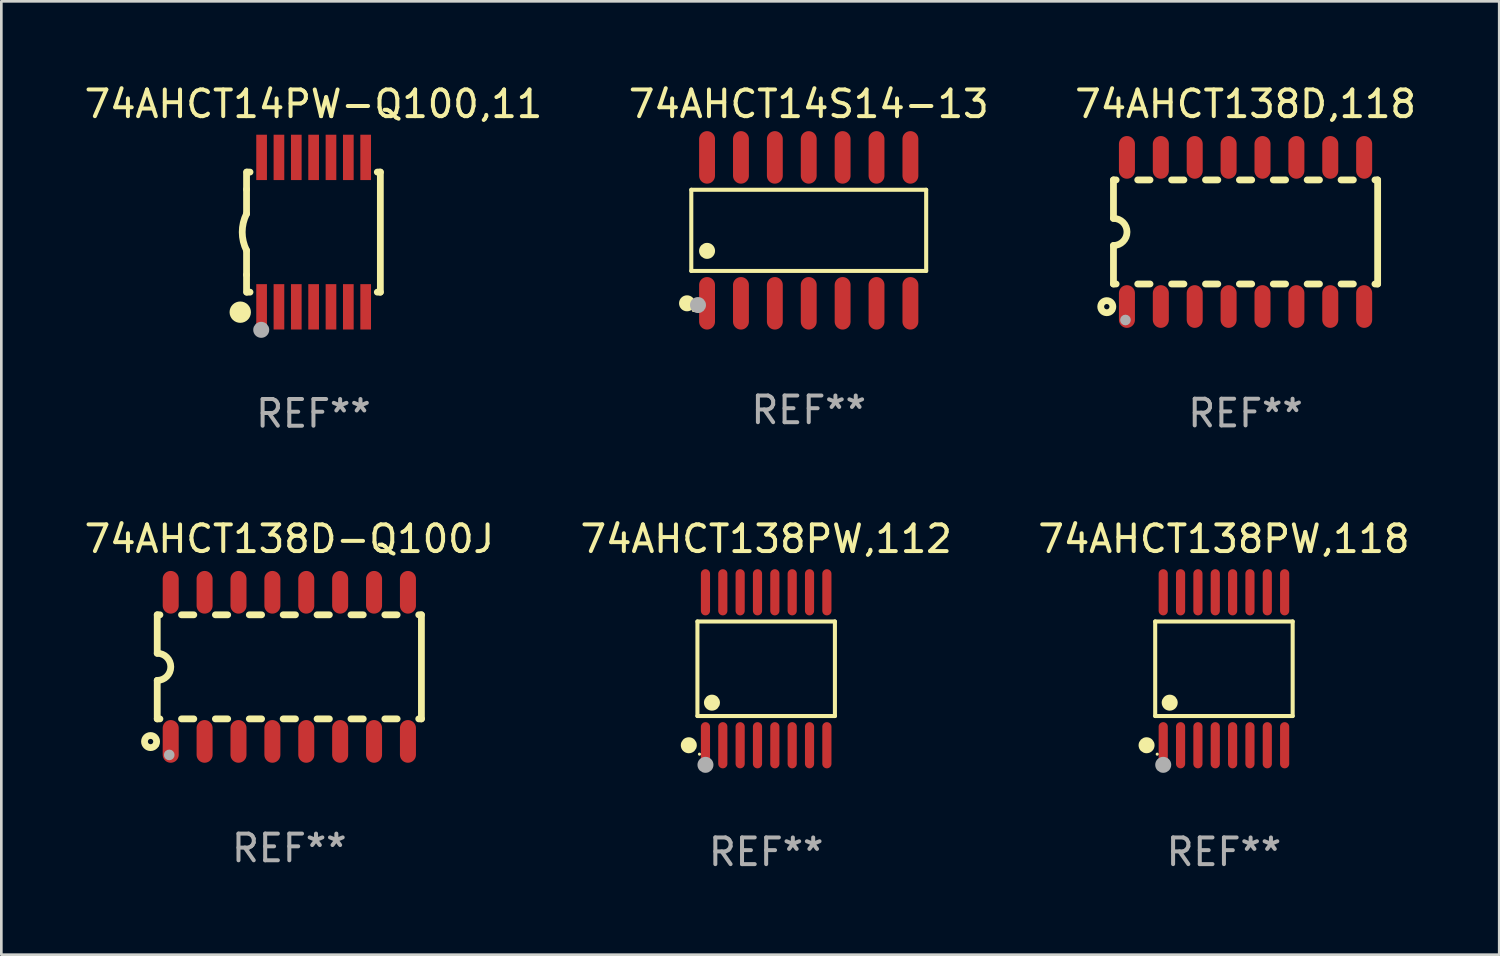
<source format=kicad_pcb>
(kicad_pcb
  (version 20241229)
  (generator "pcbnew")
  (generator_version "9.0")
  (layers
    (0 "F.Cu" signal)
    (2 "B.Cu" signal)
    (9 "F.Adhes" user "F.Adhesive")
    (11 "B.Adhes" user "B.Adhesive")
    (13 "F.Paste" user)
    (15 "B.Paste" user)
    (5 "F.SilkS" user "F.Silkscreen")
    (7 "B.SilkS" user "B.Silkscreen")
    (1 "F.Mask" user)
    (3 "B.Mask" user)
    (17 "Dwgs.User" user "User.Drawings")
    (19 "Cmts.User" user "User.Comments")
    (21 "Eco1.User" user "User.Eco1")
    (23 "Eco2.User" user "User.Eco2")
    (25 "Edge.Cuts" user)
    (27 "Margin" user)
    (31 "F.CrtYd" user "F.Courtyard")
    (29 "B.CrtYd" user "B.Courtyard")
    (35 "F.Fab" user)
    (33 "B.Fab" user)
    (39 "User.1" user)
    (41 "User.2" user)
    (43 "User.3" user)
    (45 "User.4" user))
  (footprint "74AHCT138D,118"
    (layer "F.Cu")
    (at 43.625 5.642)
    (property "Reference" "74AHCT138D,118" (at 0 -4.794 0) (layer "F.SilkS") (effects (font (size 1 1) (thickness 0.15))))
    (attr through_hole)
    (fp_line (start -4.95 -1.95) (end -4.95 -0.508) (stroke (width 0.254) (type solid)) (layer "F.SilkS"))
    (fp_line (start -4.95 -1.95) (end -4.849 -1.95) (stroke (width 0.254) (type solid)) (layer "F.SilkS"))
    (fp_line (start -4.95 1.95) (end -4.95 0.508) (stroke (width 0.254) (type solid)) (layer "F.SilkS"))
    (fp_line (start -4.95 1.95) (end -4.849 1.95) (stroke (width 0.254) (type solid)) (layer "F.SilkS"))
    (fp_line (start -4.041 -1.95) (end -3.579 -1.95) (stroke (width 0.254) (type solid)) (layer "F.SilkS"))
    (fp_line (start -4.041 1.95) (end -3.579 1.95) (stroke (width 0.254) (type solid)) (layer "F.SilkS"))
    (fp_line (start -2.771 -1.95) (end -2.309 -1.95) (stroke (width 0.254) (type solid)) (layer "F.SilkS"))
    (fp_line (start -2.771 1.95) (end -2.309 1.95) (stroke (width 0.254) (type solid)) (layer "F.SilkS"))
    (fp_line (start -1.501 -1.95) (end -1.039 -1.95) (stroke (width 0.254) (type solid)) (layer "F.SilkS"))
    (fp_line (start -1.501 1.95) (end -1.039 1.95) (stroke (width 0.254) (type solid)) (layer "F.SilkS"))
    (fp_line (start -0.231 -1.95) (end 0.231 -1.95) (stroke (width 0.254) (type solid)) (layer "F.SilkS"))
    (fp_line (start -0.231 1.95) (end 0.231 1.95) (stroke (width 0.254) (type solid)) (layer "F.SilkS"))
    (fp_line (start 1.039 -1.95) (end 1.501 -1.95) (stroke (width 0.254) (type solid)) (layer "F.SilkS"))
    (fp_line (start 1.039 1.95) (end 1.501 1.95) (stroke (width 0.254) (type solid)) (layer "F.SilkS"))
    (fp_line (start 2.309 -1.95) (end 2.771 -1.95) (stroke (width 0.254) (type solid)) (layer "F.SilkS"))
    (fp_line (start 2.309 1.95) (end 2.771 1.95) (stroke (width 0.254) (type solid)) (layer "F.SilkS"))
    (fp_line (start 3.579 -1.95) (end 4.041 -1.95) (stroke (width 0.254) (type solid)) (layer "F.SilkS"))
    (fp_line (start 3.579 1.95) (end 4.041 1.95) (stroke (width 0.254) (type solid)) (layer "F.SilkS"))
    (fp_line (start 4.849 -1.95) (end 4.95 -1.95) (stroke (width 0.254) (type solid)) (layer "F.SilkS"))
    (fp_line (start 4.849 1.95) (end 4.95 1.95) (stroke (width 0.254) (type solid)) (layer "F.SilkS"))
    (fp_line (start 4.95 -1.95) (end 4.95 1.95) (stroke (width 0.254) (type solid)) (layer "F.SilkS"))
    (fp_arc (start -4.95047 -0.508001) (mid -4.442469 -0.000228) (end -4.950013 0.508001) (stroke (width 0.254001) (type solid)) (layer "F.SilkS"))
    (fp_circle (center -5.2 2.8) (end -5.1 2.8) (stroke (width 0.254) (type solid)) (fill no) (layer "F.SilkS"))
    (fp_circle (center -4.95 2.947) (end -4.92 2.947) (stroke (width 0.06) (type solid)) (fill no) (layer "F.SilkS"))
    (fp_circle (center -4.5 3.3) (end -4.4 3.3) (stroke (width 0.2) (type solid)) (fill no) (layer "F.Fab"))
    (fp_text user "REF**" (at 0 6.794 0) (layer "F.Fab") (effects (font (size 1 1) (thickness 0.15))))
    (pad "1" smd oval (at -4.445 2.794) (size 0.6 1.6) (layers "F.Cu" "F.Mask" "F.Paste"))
    (pad "2" smd oval (at -3.175 2.794) (size 0.6 1.6) (layers "F.Cu" "F.Mask" "F.Paste"))
    (pad "3" smd oval (at -1.905 2.794) (size 0.6 1.6) (layers "F.Cu" "F.Mask" "F.Paste"))
    (pad "4" smd oval (at -0.635 2.794) (size 0.6 1.6) (layers "F.Cu" "F.Mask" "F.Paste"))
    (pad "5" smd oval (at 0.635 2.794) (size 0.6 1.6) (layers "F.Cu" "F.Mask" "F.Paste"))
    (pad "6" smd oval (at 1.905 2.794) (size 0.6 1.6) (layers "F.Cu" "F.Mask" "F.Paste"))
    (pad "7" smd oval (at 3.175 2.794) (size 0.6 1.6) (layers "F.Cu" "F.Mask" "F.Paste"))
    (pad "8" smd oval (at 4.445 2.794) (size 0.6 1.6) (layers "F.Cu" "F.Mask" "F.Paste"))
    (pad "9" smd oval (at 4.445 -2.794) (size 0.6 1.6) (layers "F.Cu" "F.Mask" "F.Paste"))
    (pad "10" smd oval (at 3.175 -2.794) (size 0.6 1.6) (layers "F.Cu" "F.Mask" "F.Paste"))
    (pad "11" smd oval (at 1.905 -2.794) (size 0.6 1.6) (layers "F.Cu" "F.Mask" "F.Paste"))
    (pad "12" smd oval (at 0.635 -2.794) (size 0.6 1.6) (layers "F.Cu" "F.Mask" "F.Paste"))
    (pad "13" smd oval (at -0.635 -2.794) (size 0.6 1.6) (layers "F.Cu" "F.Mask" "F.Paste"))
    (pad "14" smd oval (at -1.905 -2.794) (size 0.6 1.6) (layers "F.Cu" "F.Mask" "F.Paste"))
    (pad "15" smd oval (at -3.175 -2.794) (size 0.6 1.6) (layers "F.Cu" "F.Mask" "F.Paste"))
    (pad "16" smd oval (at -4.445 -2.794) (size 0.6 1.6) (layers "F.Cu" "F.Mask" "F.Paste")))
  (footprint "74AHCT138PW,118"
    (layer "F.Cu")
    (at 42.815 22.011)
    (property "Reference" "74AHCT138PW,118" (at 0 -4.866 0) (layer "F.SilkS") (effects (font (size 1 1) (thickness 0.15))))
    (attr through_hole)
    (fp_line (start -2.576 -1.772) (end 2.576 -1.772) (stroke (width 0.152) (type solid)) (layer "F.SilkS"))
    (fp_line (start -2.576 1.771) (end -2.576 -1.772) (stroke (width 0.152) (type solid)) (layer "F.SilkS"))
    (fp_line (start 2.576 -1.772) (end 2.576 1.771) (stroke (width 0.152) (type solid)) (layer "F.SilkS"))
    (fp_line (start 2.576 1.771) (end -2.576 1.771) (stroke (width 0.152) (type solid)) (layer "F.SilkS"))
    (fp_circle (center -2.899 2.866) (end -2.749 2.866) (stroke (width 0.3) (type solid)) (fill no) (layer "F.SilkS"))
    (fp_circle (center -2.5 3.2) (end -2.47 3.2) (stroke (width 0.06) (type solid)) (fill no) (layer "F.SilkS"))
    (fp_circle (center -2.032 1.27) (end -1.882 1.27) (stroke (width 0.3) (type solid)) (fill no) (layer "F.SilkS"))
    (fp_circle (center -2.275 3.6) (end -2.125 3.6) (stroke (width 0.3) (type solid)) (fill no) (layer "F.Fab"))
    (fp_text user "REF**" (at 0 6.866 0) (layer "F.Fab") (effects (font (size 1 1) (thickness 0.15))))
    (pad "1" smd oval (at -2.275 2.866) (size 0.343 1.731) (layers "F.Cu" "F.Mask" "F.Paste"))
    (pad "2" smd oval (at -1.625 2.866) (size 0.343 1.731) (layers "F.Cu" "F.Mask" "F.Paste"))
    (pad "3" smd oval (at -0.975 2.866) (size 0.343 1.731) (layers "F.Cu" "F.Mask" "F.Paste"))
    (pad "4" smd oval (at -0.325 2.866) (size 0.343 1.731) (layers "F.Cu" "F.Mask" "F.Paste"))
    (pad "5" smd oval (at 0.325 2.866) (size 0.343 1.731) (layers "F.Cu" "F.Mask" "F.Paste"))
    (pad "6" smd oval (at 0.975 2.866) (size 0.343 1.731) (layers "F.Cu" "F.Mask" "F.Paste"))
    (pad "7" smd oval (at 1.625 2.866) (size 0.343 1.731) (layers "F.Cu" "F.Mask" "F.Paste"))
    (pad "8" smd oval (at 2.275 2.866) (size 0.343 1.731) (layers "F.Cu" "F.Mask" "F.Paste"))
    (pad "9" smd oval (at 2.275 -2.866) (size 0.343 1.731) (layers "F.Cu" "F.Mask" "F.Paste"))
    (pad "10" smd oval (at 1.625 -2.866) (size 0.343 1.731) (layers "F.Cu" "F.Mask" "F.Paste"))
    (pad "11" smd oval (at 0.975 -2.866) (size 0.343 1.731) (layers "F.Cu" "F.Mask" "F.Paste"))
    (pad "12" smd oval (at 0.325 -2.866) (size 0.343 1.731) (layers "F.Cu" "F.Mask" "F.Paste"))
    (pad "13" smd oval (at -0.325 -2.866) (size 0.343 1.731) (layers "F.Cu" "F.Mask" "F.Paste"))
    (pad "14" smd oval (at -0.975 -2.866) (size 0.343 1.731) (layers "F.Cu" "F.Mask" "F.Paste"))
    (pad "15" smd oval (at -1.625 -2.866) (size 0.343 1.731) (layers "F.Cu" "F.Mask" "F.Paste"))
    (pad "16" smd oval (at -2.275 -2.866) (size 0.343 1.731) (layers "F.Cu" "F.Mask" "F.Paste")))
  (footprint "74AHCT14S14-13"
    (layer "F.Cu")
    (at 27.256 5.582)
    (property "Reference" "74AHCT14S14-13" (at 0 -4.734 0) (layer "F.SilkS") (effects (font (size 1 1) (thickness 0.15))))
    (attr through_hole)
    (fp_line (start -4.401 -1.521) (end 4.401 -1.521) (stroke (width 0.152) (type solid)) (layer "F.SilkS"))
    (fp_line (start -4.401 1.521) (end -4.401 -1.521) (stroke (width 0.152) (type solid)) (layer "F.SilkS"))
    (fp_line (start 4.401 -1.521) (end 4.401 1.521) (stroke (width 0.152) (type solid)) (layer "F.SilkS"))
    (fp_line (start 4.401 1.521) (end -4.401 1.521) (stroke (width 0.152) (type solid)) (layer "F.SilkS"))
    (fp_circle (center -4.56 2.734) (end -4.41 2.734) (stroke (width 0.3) (type solid)) (fill no) (layer "F.SilkS"))
    (fp_circle (center -4.325 3) (end -4.295 3) (stroke (width 0.06) (type solid)) (fill no) (layer "F.SilkS"))
    (fp_circle (center -3.81 0.769) (end -3.66 0.769) (stroke (width 0.3) (type solid)) (fill no) (layer "F.SilkS"))
    (fp_circle (center -4.15 2.8) (end -4 2.8) (stroke (width 0.3) (type solid)) (fill no) (layer "F.Fab"))
    (fp_text user "REF**" (at 0 6.734 0) (layer "F.Fab") (effects (font (size 1 1) (thickness 0.15))))
    (pad "1" smd oval (at -3.81 2.734) (size 0.595 1.968) (layers "F.Cu" "F.Mask" "F.Paste"))
    (pad "2" smd oval (at -2.54 2.734) (size 0.595 1.968) (layers "F.Cu" "F.Mask" "F.Paste"))
    (pad "3" smd oval (at -1.27 2.734) (size 0.595 1.968) (layers "F.Cu" "F.Mask" "F.Paste"))
    (pad "4" smd oval (at 0 2.734) (size 0.595 1.968) (layers "F.Cu" "F.Mask" "F.Paste"))
    (pad "5" smd oval (at 1.27 2.734) (size 0.595 1.968) (layers "F.Cu" "F.Mask" "F.Paste"))
    (pad "6" smd oval (at 2.54 2.734) (size 0.595 1.968) (layers "F.Cu" "F.Mask" "F.Paste"))
    (pad "7" smd oval (at 3.81 2.734) (size 0.595 1.968) (layers "F.Cu" "F.Mask" "F.Paste"))
    (pad "8" smd oval (at 3.81 -2.734) (size 0.595 1.968) (layers "F.Cu" "F.Mask" "F.Paste"))
    (pad "9" smd oval (at 2.54 -2.734) (size 0.595 1.968) (layers "F.Cu" "F.Mask" "F.Paste"))
    (pad "10" smd oval (at 1.27 -2.734) (size 0.595 1.968) (layers "F.Cu" "F.Mask" "F.Paste"))
    (pad "11" smd oval (at 0 -2.734) (size 0.595 1.968) (layers "F.Cu" "F.Mask" "F.Paste"))
    (pad "12" smd oval (at -1.27 -2.734) (size 0.595 1.968) (layers "F.Cu" "F.Mask" "F.Paste"))
    (pad "13" smd oval (at -2.54 -2.734) (size 0.595 1.968) (layers "F.Cu" "F.Mask" "F.Paste"))
    (pad "14" smd oval (at -3.81 -2.734) (size 0.595 1.968) (layers "F.Cu" "F.Mask" "F.Paste")))
  (footprint "74AHCT14PW-Q100,11"
    (layer "F.Cu")
    (at 8.696 5.648)
    (property "Reference" "74AHCT14PW-Q100,11" (at 0 -4.8 0) (layer "F.SilkS") (effects (font (size 1 1) (thickness 0.15))))
    (attr through_hole)
    (fp_line (start -2.507 -1.6) (end -2.507 -2.25) (stroke (width 0.254) (type solid)) (layer "F.SilkS"))
    (fp_line (start -2.507 -0.686) (end -2.507 -1.6) (stroke (width 0.254) (type solid)) (layer "F.SilkS"))
    (fp_line (start -2.507 1.6) (end -2.507 0.686) (stroke (width 0.254) (type solid)) (layer "F.SilkS"))
    (fp_line (start -2.507 1.6) (end -2.507 2.25) (stroke (width 0.254) (type solid)) (layer "F.SilkS"))
    (fp_line (start -2.493 -2.25) (end -2.377 -2.25) (stroke (width 0.254) (type solid)) (layer "F.SilkS"))
    (fp_line (start -2.377 2.25) (end -2.493 2.25) (stroke (width 0.254) (type solid)) (layer "F.SilkS"))
    (fp_line (start 2.392 -2.25) (end 2.507 -2.25) (stroke (width 0.254) (type solid)) (layer "F.SilkS"))
    (fp_line (start 2.507 -2.25) (end 2.507 2.25) (stroke (width 0.254) (type solid)) (layer "F.SilkS"))
    (fp_line (start 2.507 2.25) (end 2.392 2.25) (stroke (width 0.254) (type solid)) (layer "F.SilkS"))
    (fp_arc (start -2.507303 0.685802) (mid -2.669199 0) (end -2.507303 -0.685801) (stroke (width 0.254001) (type solid)) (layer "F.SilkS"))
    (fp_circle (center -2.743 3) (end -2.543 3) (stroke (width 0.4) (type solid)) (fill no) (layer "F.SilkS"))
    (fp_circle (center -2.493 3.2) (end -2.463 3.2) (stroke (width 0.06) (type solid)) (fill no) (layer "F.SilkS"))
    (fp_circle (center -1.957 3.662) (end -1.807 3.662) (stroke (width 0.3) (type solid)) (fill no) (layer "F.Fab"))
    (fp_text user "REF**" (at 0 6.8 0) (layer "F.Fab") (effects (font (size 1 1) (thickness 0.15))))
    (pad "1" smd rect (at -1.943 2.8) (size 0.4 1.7) (layers "F.Cu" "F.Mask" "F.Paste"))
    (pad "2" smd rect (at -1.293 2.8) (size 0.4 1.7) (layers "F.Cu" "F.Mask" "F.Paste"))
    (pad "3" smd rect (at -0.643 2.8) (size 0.4 1.7) (layers "F.Cu" "F.Mask" "F.Paste"))
    (pad "4" smd rect (at 0.007 2.8) (size 0.4 1.7) (layers "F.Cu" "F.Mask" "F.Paste"))
    (pad "5" smd rect (at 0.657 2.8) (size 0.4 1.7) (layers "F.Cu" "F.Mask" "F.Paste"))
    (pad "6" smd rect (at 1.307 2.8) (size 0.4 1.7) (layers "F.Cu" "F.Mask" "F.Paste"))
    (pad "7" smd rect (at 1.957 2.8) (size 0.4 1.7) (layers "F.Cu" "F.Mask" "F.Paste"))
    (pad "8" smd rect (at 1.957 -2.8) (size 0.4 1.7) (layers "F.Cu" "F.Mask" "F.Paste"))
    (pad "9" smd rect (at 1.307 -2.8) (size 0.4 1.7) (layers "F.Cu" "F.Mask" "F.Paste"))
    (pad "10" smd rect (at 0.657 -2.8) (size 0.4 1.7) (layers "F.Cu" "F.Mask" "F.Paste"))
    (pad "11" smd rect (at 0.007 -2.8) (size 0.4 1.7) (layers "F.Cu" "F.Mask" "F.Paste"))
    (pad "12" smd rect (at -0.643 -2.8) (size 0.4 1.7) (layers "F.Cu" "F.Mask" "F.Paste"))
    (pad "13" smd rect (at -1.293 -2.8) (size 0.4 1.7) (layers "F.Cu" "F.Mask" "F.Paste"))
    (pad "14" smd rect (at -1.943 -2.8) (size 0.4 1.7) (layers "F.Cu" "F.Mask" "F.Paste")))
  (footprint "74AHCT138D-Q100J"
    (layer "F.Cu")
    (at 7.792 21.939)
    (property "Reference" "74AHCT138D-Q100J" (at 0 -4.794 0) (layer "F.SilkS") (effects (font (size 1 1) (thickness 0.15))))
    (attr through_hole)
    (fp_line (start -4.95 -1.95) (end -4.95 -0.508) (stroke (width 0.254) (type solid)) (layer "F.SilkS"))
    (fp_line (start -4.95 -1.95) (end -4.849 -1.95) (stroke (width 0.254) (type solid)) (layer "F.SilkS"))
    (fp_line (start -4.95 1.95) (end -4.95 0.508) (stroke (width 0.254) (type solid)) (layer "F.SilkS"))
    (fp_line (start -4.95 1.95) (end -4.849 1.95) (stroke (width 0.254) (type solid)) (layer "F.SilkS"))
    (fp_line (start -4.041 -1.95) (end -3.579 -1.95) (stroke (width 0.254) (type solid)) (layer "F.SilkS"))
    (fp_line (start -4.041 1.95) (end -3.579 1.95) (stroke (width 0.254) (type solid)) (layer "F.SilkS"))
    (fp_line (start -2.771 -1.95) (end -2.309 -1.95) (stroke (width 0.254) (type solid)) (layer "F.SilkS"))
    (fp_line (start -2.771 1.95) (end -2.309 1.95) (stroke (width 0.254) (type solid)) (layer "F.SilkS"))
    (fp_line (start -1.501 -1.95) (end -1.039 -1.95) (stroke (width 0.254) (type solid)) (layer "F.SilkS"))
    (fp_line (start -1.501 1.95) (end -1.039 1.95) (stroke (width 0.254) (type solid)) (layer "F.SilkS"))
    (fp_line (start -0.231 -1.95) (end 0.231 -1.95) (stroke (width 0.254) (type solid)) (layer "F.SilkS"))
    (fp_line (start -0.231 1.95) (end 0.231 1.95) (stroke (width 0.254) (type solid)) (layer "F.SilkS"))
    (fp_line (start 1.039 -1.95) (end 1.501 -1.95) (stroke (width 0.254) (type solid)) (layer "F.SilkS"))
    (fp_line (start 1.039 1.95) (end 1.501 1.95) (stroke (width 0.254) (type solid)) (layer "F.SilkS"))
    (fp_line (start 2.309 -1.95) (end 2.771 -1.95) (stroke (width 0.254) (type solid)) (layer "F.SilkS"))
    (fp_line (start 2.309 1.95) (end 2.771 1.95) (stroke (width 0.254) (type solid)) (layer "F.SilkS"))
    (fp_line (start 3.579 -1.95) (end 4.041 -1.95) (stroke (width 0.254) (type solid)) (layer "F.SilkS"))
    (fp_line (start 3.579 1.95) (end 4.041 1.95) (stroke (width 0.254) (type solid)) (layer "F.SilkS"))
    (fp_line (start 4.849 -1.95) (end 4.95 -1.95) (stroke (width 0.254) (type solid)) (layer "F.SilkS"))
    (fp_line (start 4.849 1.95) (end 4.95 1.95) (stroke (width 0.254) (type solid)) (layer "F.SilkS"))
    (fp_line (start 4.95 -1.95) (end 4.95 1.95) (stroke (width 0.254) (type solid)) (layer "F.SilkS"))
    (fp_arc (start -4.95047 -0.508001) (mid -4.442469 -0.000228) (end -4.950013 0.508001) (stroke (width 0.254001) (type solid)) (layer "F.SilkS"))
    (fp_circle (center -5.2 2.8) (end -5.1 2.8) (stroke (width 0.254) (type solid)) (fill no) (layer "F.SilkS"))
    (fp_circle (center -4.95 2.947) (end -4.92 2.947) (stroke (width 0.06) (type solid)) (fill no) (layer "F.SilkS"))
    (fp_circle (center -4.5 3.3) (end -4.4 3.3) (stroke (width 0.2) (type solid)) (fill no) (layer "F.Fab"))
    (fp_text user "REF**" (at 0 6.794 0) (layer "F.Fab") (effects (font (size 1 1) (thickness 0.15))))
    (pad "1" smd oval (at -4.445 2.794) (size 0.6 1.6) (layers "F.Cu" "F.Mask" "F.Paste"))
    (pad "2" smd oval (at -3.175 2.794) (size 0.6 1.6) (layers "F.Cu" "F.Mask" "F.Paste"))
    (pad "3" smd oval (at -1.905 2.794) (size 0.6 1.6) (layers "F.Cu" "F.Mask" "F.Paste"))
    (pad "4" smd oval (at -0.635 2.794) (size 0.6 1.6) (layers "F.Cu" "F.Mask" "F.Paste"))
    (pad "5" smd oval (at 0.635 2.794) (size 0.6 1.6) (layers "F.Cu" "F.Mask" "F.Paste"))
    (pad "6" smd oval (at 1.905 2.794) (size 0.6 1.6) (layers "F.Cu" "F.Mask" "F.Paste"))
    (pad "7" smd oval (at 3.175 2.794) (size 0.6 1.6) (layers "F.Cu" "F.Mask" "F.Paste"))
    (pad "8" smd oval (at 4.445 2.794) (size 0.6 1.6) (layers "F.Cu" "F.Mask" "F.Paste"))
    (pad "9" smd oval (at 4.445 -2.794) (size 0.6 1.6) (layers "F.Cu" "F.Mask" "F.Paste"))
    (pad "10" smd oval (at 3.175 -2.794) (size 0.6 1.6) (layers "F.Cu" "F.Mask" "F.Paste"))
    (pad "11" smd oval (at 1.905 -2.794) (size 0.6 1.6) (layers "F.Cu" "F.Mask" "F.Paste"))
    (pad "12" smd oval (at 0.635 -2.794) (size 0.6 1.6) (layers "F.Cu" "F.Mask" "F.Paste"))
    (pad "13" smd oval (at -0.635 -2.794) (size 0.6 1.6) (layers "F.Cu" "F.Mask" "F.Paste"))
    (pad "14" smd oval (at -1.905 -2.794) (size 0.6 1.6) (layers "F.Cu" "F.Mask" "F.Paste"))
    (pad "15" smd oval (at -3.175 -2.794) (size 0.6 1.6) (layers "F.Cu" "F.Mask" "F.Paste"))
    (pad "16" smd oval (at -4.445 -2.794) (size 0.6 1.6) (layers "F.Cu" "F.Mask" "F.Paste")))
  (footprint "74AHCT138PW,112"
    (layer "F.Cu")
    (at 25.661 22.011)
    (property "Reference" "74AHCT138PW,112" (at 0 -4.866 0) (layer "F.SilkS") (effects (font (size 1 1) (thickness 0.15))))
    (attr through_hole)
    (fp_line (start -2.576 -1.772) (end 2.576 -1.772) (stroke (width 0.152) (type solid)) (layer "F.SilkS"))
    (fp_line (start -2.576 1.771) (end -2.576 -1.772) (stroke (width 0.152) (type solid)) (layer "F.SilkS"))
    (fp_line (start 2.576 -1.772) (end 2.576 1.771) (stroke (width 0.152) (type solid)) (layer "F.SilkS"))
    (fp_line (start 2.576 1.771) (end -2.576 1.771) (stroke (width 0.152) (type solid)) (layer "F.SilkS"))
    (fp_circle (center -2.899 2.866) (end -2.749 2.866) (stroke (width 0.3) (type solid)) (fill no) (layer "F.SilkS"))
    (fp_circle (center -2.5 3.2) (end -2.47 3.2) (stroke (width 0.06) (type solid)) (fill no) (layer "F.SilkS"))
    (fp_circle (center -2.032 1.27) (end -1.882 1.27) (stroke (width 0.3) (type solid)) (fill no) (layer "F.SilkS"))
    (fp_circle (center -2.275 3.6) (end -2.125 3.6) (stroke (width 0.3) (type solid)) (fill no) (layer "F.Fab"))
    (fp_text user "REF**" (at 0 6.866 0) (layer "F.Fab") (effects (font (size 1 1) (thickness 0.15))))
    (pad "1" smd oval (at -2.275 2.866) (size 0.343 1.731) (layers "F.Cu" "F.Mask" "F.Paste"))
    (pad "2" smd oval (at -1.625 2.866) (size 0.343 1.731) (layers "F.Cu" "F.Mask" "F.Paste"))
    (pad "3" smd oval (at -0.975 2.866) (size 0.343 1.731) (layers "F.Cu" "F.Mask" "F.Paste"))
    (pad "4" smd oval (at -0.325 2.866) (size 0.343 1.731) (layers "F.Cu" "F.Mask" "F.Paste"))
    (pad "5" smd oval (at 0.325 2.866) (size 0.343 1.731) (layers "F.Cu" "F.Mask" "F.Paste"))
    (pad "6" smd oval (at 0.975 2.866) (size 0.343 1.731) (layers "F.Cu" "F.Mask" "F.Paste"))
    (pad "7" smd oval (at 1.625 2.866) (size 0.343 1.731) (layers "F.Cu" "F.Mask" "F.Paste"))
    (pad "8" smd oval (at 2.275 2.866) (size 0.343 1.731) (layers "F.Cu" "F.Mask" "F.Paste"))
    (pad "9" smd oval (at 2.275 -2.866) (size 0.343 1.731) (layers "F.Cu" "F.Mask" "F.Paste"))
    (pad "10" smd oval (at 1.625 -2.866) (size 0.343 1.731) (layers "F.Cu" "F.Mask" "F.Paste"))
    (pad "11" smd oval (at 0.975 -2.866) (size 0.343 1.731) (layers "F.Cu" "F.Mask" "F.Paste"))
    (pad "12" smd oval (at 0.325 -2.866) (size 0.343 1.731) (layers "F.Cu" "F.Mask" "F.Paste"))
    (pad "13" smd oval (at -0.325 -2.866) (size 0.343 1.731) (layers "F.Cu" "F.Mask" "F.Paste"))
    (pad "14" smd oval (at -0.975 -2.866) (size 0.343 1.731) (layers "F.Cu" "F.Mask" "F.Paste"))
    (pad "15" smd oval (at -1.625 -2.866) (size 0.343 1.731) (layers "F.Cu" "F.Mask" "F.Paste"))
    (pad "16" smd oval (at -2.275 -2.866) (size 0.343 1.731) (layers "F.Cu" "F.Mask" "F.Paste")))
  (gr_rect
    (start -3 -3)
    (end 53.131 32.725)
    (stroke (width 0.1) (type default))
    (fill no)
    (layer "Edge.Cuts")))
</source>
